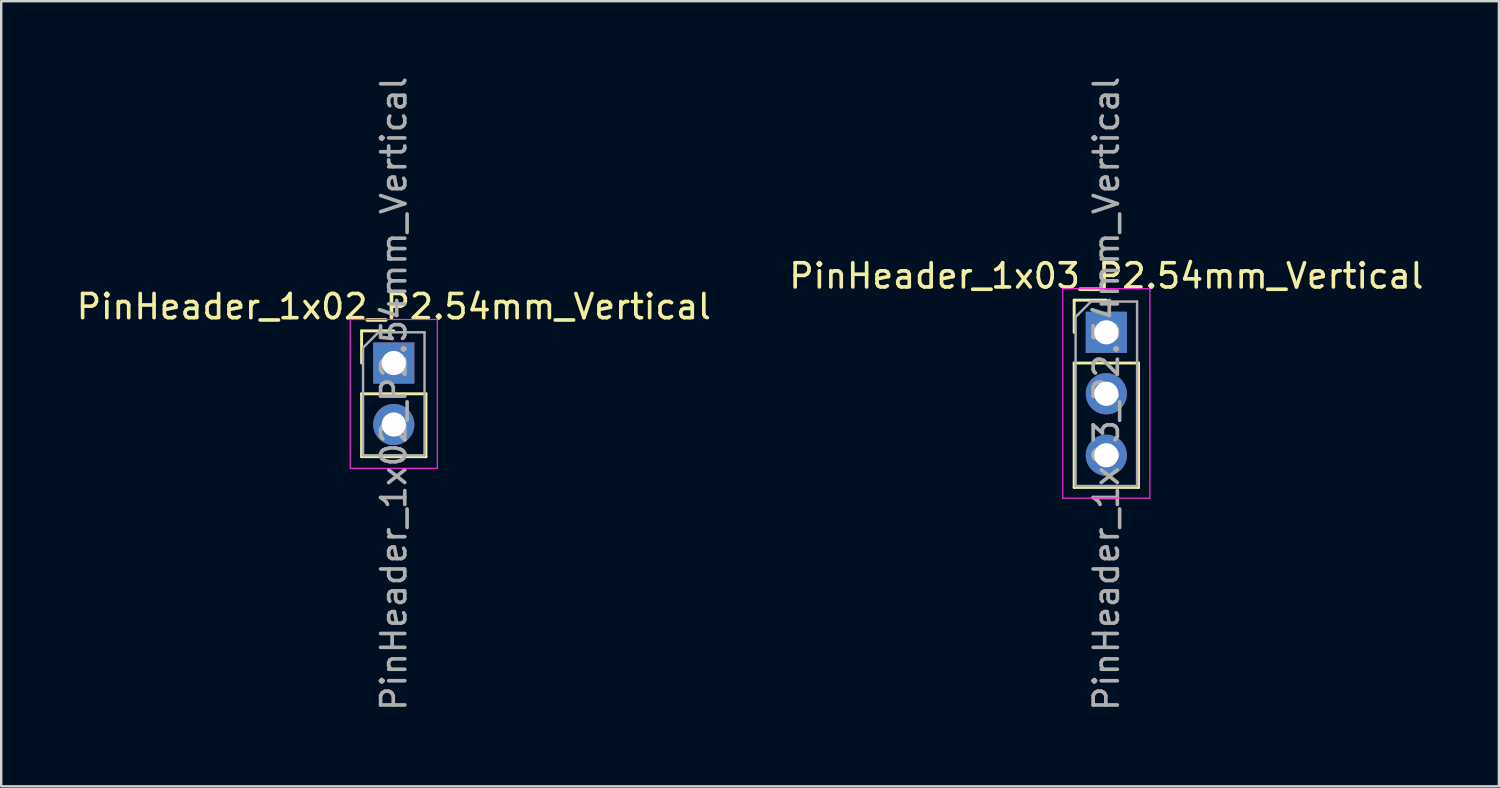
<source format=kicad_pcb>
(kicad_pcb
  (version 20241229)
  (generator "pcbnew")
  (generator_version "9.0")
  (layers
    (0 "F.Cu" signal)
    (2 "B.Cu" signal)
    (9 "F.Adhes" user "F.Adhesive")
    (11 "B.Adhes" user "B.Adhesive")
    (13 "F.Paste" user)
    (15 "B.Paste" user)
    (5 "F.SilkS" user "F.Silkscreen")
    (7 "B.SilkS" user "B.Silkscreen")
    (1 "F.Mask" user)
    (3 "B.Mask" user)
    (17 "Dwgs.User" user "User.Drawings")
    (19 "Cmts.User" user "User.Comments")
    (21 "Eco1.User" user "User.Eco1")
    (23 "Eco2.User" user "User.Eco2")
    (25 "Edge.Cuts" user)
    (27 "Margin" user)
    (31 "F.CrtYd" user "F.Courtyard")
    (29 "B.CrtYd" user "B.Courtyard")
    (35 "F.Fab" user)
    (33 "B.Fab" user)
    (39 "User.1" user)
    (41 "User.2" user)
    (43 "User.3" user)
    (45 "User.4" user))
  (footprint "PinHeader_1x03_P2.54mm_Vertical"
    (layer "F.Cu")
    (at 42.661 10.68)
    (property "Reference" "PinHeader_1x03_P2.54mm_Vertical" (at 0 -2.33 0) (layer "F.SilkS") (effects (font (size 1 1) (thickness 0.15))))
    (attr through_hole)
    (fp_line (start -1.33 -1.33) (end 0 -1.33) (stroke (width 0.12) (type solid)) (layer "F.SilkS"))
    (fp_line (start -1.33 0) (end -1.33 -1.33) (stroke (width 0.12) (type solid)) (layer "F.SilkS"))
    (fp_line (start -1.33 1.27) (end -1.33 6.41) (stroke (width 0.12) (type solid)) (layer "F.SilkS"))
    (fp_line (start -1.33 1.27) (end 1.33 1.27) (stroke (width 0.12) (type solid)) (layer "F.SilkS"))
    (fp_line (start -1.33 6.41) (end 1.33 6.41) (stroke (width 0.12) (type solid)) (layer "F.SilkS"))
    (fp_line (start 1.33 1.27) (end 1.33 6.41) (stroke (width 0.12) (type solid)) (layer "F.SilkS"))
    (fp_line (start -1.8 -1.8) (end -1.8 6.85) (stroke (width 0.05) (type solid)) (layer "F.CrtYd"))
    (fp_line (start -1.8 6.85) (end 1.8 6.85) (stroke (width 0.05) (type solid)) (layer "F.CrtYd"))
    (fp_line (start 1.8 -1.8) (end -1.8 -1.8) (stroke (width 0.05) (type solid)) (layer "F.CrtYd"))
    (fp_line (start 1.8 6.85) (end 1.8 -1.8) (stroke (width 0.05) (type solid)) (layer "F.CrtYd"))
    (fp_line (start -1.27 -0.635) (end -0.635 -1.27) (stroke (width 0.1) (type solid)) (layer "F.Fab"))
    (fp_line (start -1.27 6.35) (end -1.27 -0.635) (stroke (width 0.1) (type solid)) (layer "F.Fab"))
    (fp_line (start -0.635 -1.27) (end 1.27 -1.27) (stroke (width 0.1) (type solid)) (layer "F.Fab"))
    (fp_line (start 1.27 -1.27) (end 1.27 6.35) (stroke (width 0.1) (type solid)) (layer "F.Fab"))
    (fp_line (start 1.27 6.35) (end -1.27 6.35) (stroke (width 0.1) (type solid)) (layer "F.Fab"))
    (fp_text user "${REFERENCE}" (at 0 2.54 90) (layer "F.Fab") (effects (font (size 1 1) (thickness 0.15))))
    (pad "1" thru_hole rect (at 0 0) (size 1.7 1.7) (drill 1) (layers "*.Cu" "*.Mask"))
    (pad "2" thru_hole oval (at 0 2.54) (size 1.7 1.7) (drill 1) (layers "*.Cu" "*.Mask"))
    (pad "3" thru_hole oval (at 0 5.08) (size 1.7 1.7) (drill 1) (layers "*.Cu" "*.Mask")))
  (footprint "PinHeader_1x02_P2.54mm_Vertical"
    (layer "F.Cu")
    (at 13.22 11.95)
    (property "Reference" "PinHeader_1x02_P2.54mm_Vertical" (at 0 -2.33 0) (layer "F.SilkS") (effects (font (size 1 1) (thickness 0.15))))
    (attr through_hole)
    (fp_line (start -1.33 -1.33) (end 0 -1.33) (stroke (width 0.12) (type solid)) (layer "F.SilkS"))
    (fp_line (start -1.33 0) (end -1.33 -1.33) (stroke (width 0.12) (type solid)) (layer "F.SilkS"))
    (fp_line (start -1.33 1.27) (end -1.33 3.87) (stroke (width 0.12) (type solid)) (layer "F.SilkS"))
    (fp_line (start -1.33 1.27) (end 1.33 1.27) (stroke (width 0.12) (type solid)) (layer "F.SilkS"))
    (fp_line (start -1.33 3.87) (end 1.33 3.87) (stroke (width 0.12) (type solid)) (layer "F.SilkS"))
    (fp_line (start 1.33 1.27) (end 1.33 3.87) (stroke (width 0.12) (type solid)) (layer "F.SilkS"))
    (fp_line (start -1.8 -1.8) (end -1.8 4.35) (stroke (width 0.05) (type solid)) (layer "F.CrtYd"))
    (fp_line (start -1.8 4.35) (end 1.8 4.35) (stroke (width 0.05) (type solid)) (layer "F.CrtYd"))
    (fp_line (start 1.8 -1.8) (end -1.8 -1.8) (stroke (width 0.05) (type solid)) (layer "F.CrtYd"))
    (fp_line (start 1.8 4.35) (end 1.8 -1.8) (stroke (width 0.05) (type solid)) (layer "F.CrtYd"))
    (fp_line (start -1.27 -0.635) (end -0.635 -1.27) (stroke (width 0.1) (type solid)) (layer "F.Fab"))
    (fp_line (start -1.27 3.81) (end -1.27 -0.635) (stroke (width 0.1) (type solid)) (layer "F.Fab"))
    (fp_line (start -0.635 -1.27) (end 1.27 -1.27) (stroke (width 0.1) (type solid)) (layer "F.Fab"))
    (fp_line (start 1.27 -1.27) (end 1.27 3.81) (stroke (width 0.1) (type solid)) (layer "F.Fab"))
    (fp_line (start 1.27 3.81) (end -1.27 3.81) (stroke (width 0.1) (type solid)) (layer "F.Fab"))
    (fp_text user "${REFERENCE}" (at 0 1.27 90) (layer "F.Fab") (effects (font (size 1 1) (thickness 0.15))))
    (pad "1" thru_hole rect (at 0 0) (size 1.7 1.7) (drill 1) (layers "*.Cu" "*.Mask"))
    (pad "2" thru_hole oval (at 0 2.54) (size 1.7 1.7) (drill 1) (layers "*.Cu" "*.Mask")))
  (gr_rect
    (start -3 -3)
    (end 58.881 29.44)
    (stroke (width 0.1) (type default))
    (fill no)
    (layer "Edge.Cuts")))
</source>
